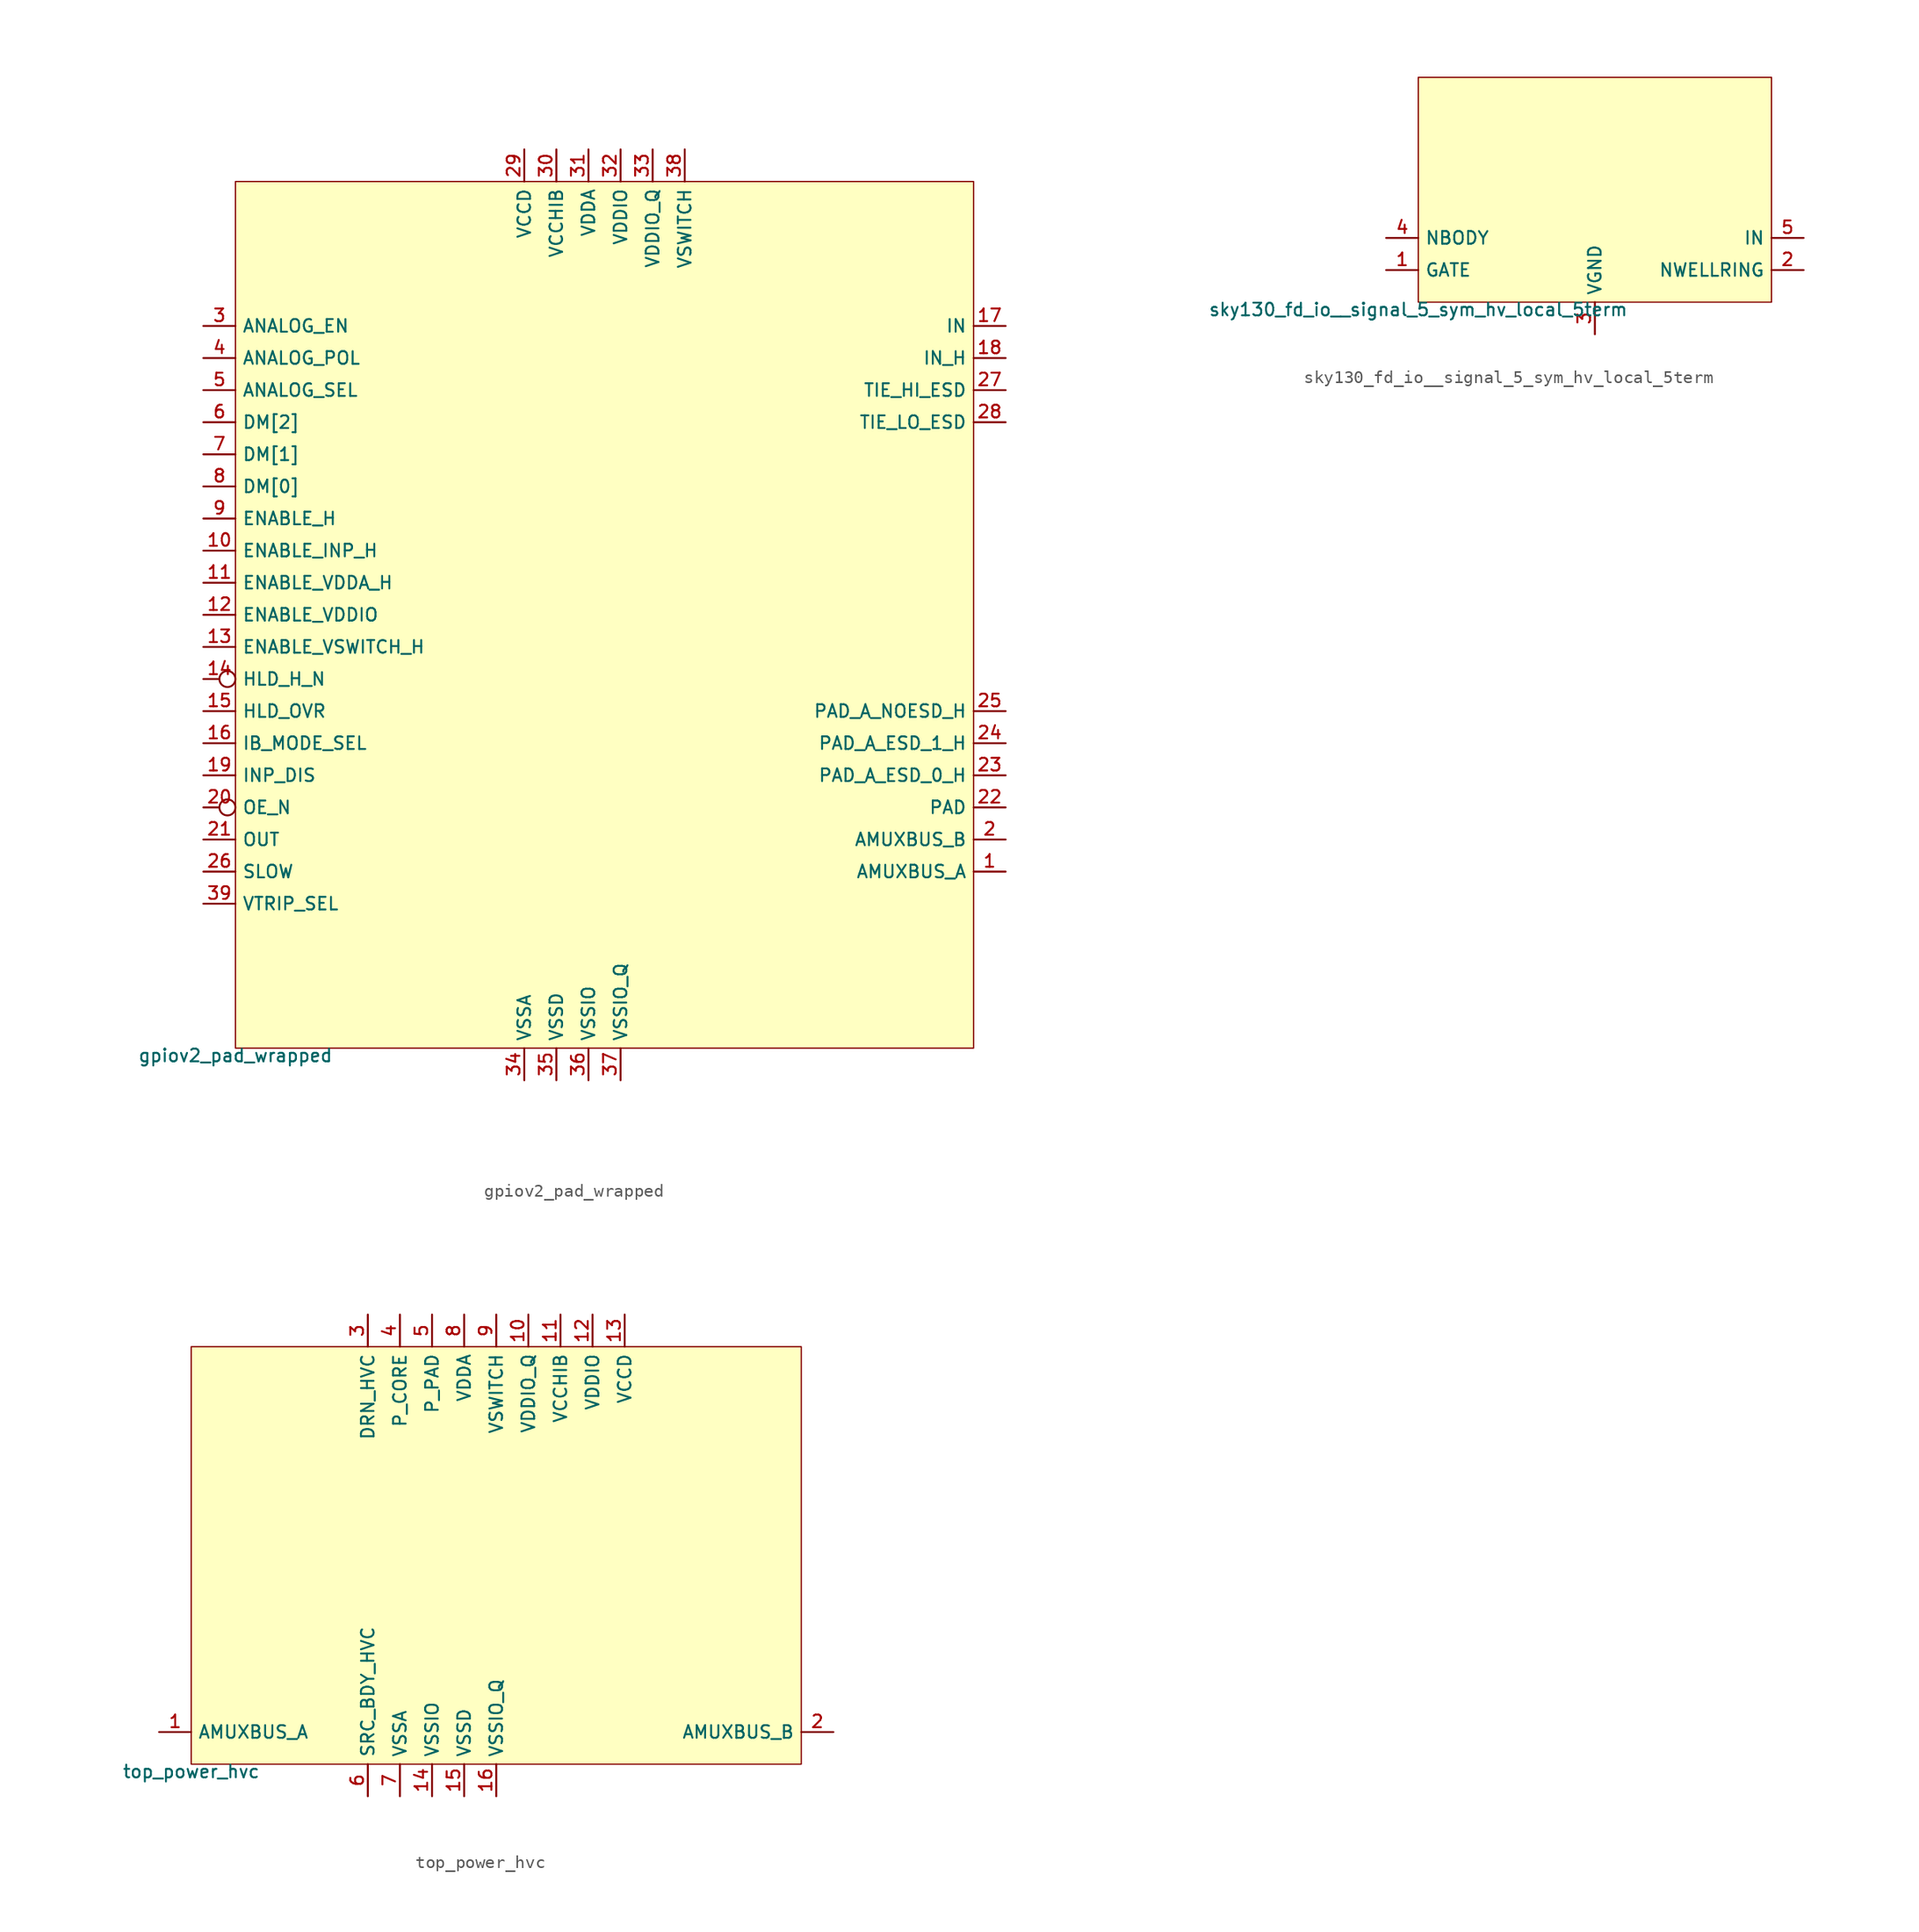
<source format=kicad_sym>
(kicad_symbol_lib
  (version 20211014)
  (generator pdk2kicad)
  (symbol "gpiov2_pad_wrapped"
    (property "Reference" "X"
      (at 0 0 0)
      (effects (font (size 1 1)) hide))
    (property "Value" "gpiov2_pad_wrapped"
      (at -29.21 -34.29 0)
      (effects (font (size 1 1)) (justify top)))
    (rectangle
      (start -29.21 -34.29)
      (end 29.21 34.29)
      (stroke (width 0.1) (type solid) (color 0 0 0 0))
      (fill (type background)))
    (pin bidirectional line
      (at 31.75 -20.32 180)
      (length 2.54)
      (name "AMUXBUS_A" (effects (font (size 1 1)) hide))
      (number "1" (effects (font (size 1 1)) hide)))
    (pin bidirectional line
      (at 31.75 -17.78 180)
      (length 2.54)
      (name "AMUXBUS_B" (effects (font (size 1 1)) hide))
      (number "2" (effects (font (size 1 1)) hide)))
    (pin input line
      (at -31.75 22.86 0)
      (length 2.54)
      (name "ANALOG_EN" (effects (font (size 1 1)) hide))
      (number "3" (effects (font (size 1 1)) hide)))
    (pin input line
      (at -31.75 20.32 0)
      (length 2.54)
      (name "ANALOG_POL" (effects (font (size 1 1)) hide))
      (number "4" (effects (font (size 1 1)) hide)))
    (pin input line
      (at -31.75 17.78 0)
      (length 2.54)
      (name "ANALOG_SEL" (effects (font (size 1 1)) hide))
      (number "5" (effects (font (size 1 1)) hide)))
    (pin input line
      (at -31.75 15.24 0)
      (length 2.54)
      (name "DM[2]" (effects (font (size 1 1)) hide))
      (number "6" (effects (font (size 1 1)) hide)))
    (pin input line
      (at -31.75 12.7 0)
      (length 2.54)
      (name "DM[1]" (effects (font (size 1 1)) hide))
      (number "7" (effects (font (size 1 1)) hide)))
    (pin input line
      (at -31.75 10.16 0)
      (length 2.54)
      (name "DM[0]" (effects (font (size 1 1)) hide))
      (number "8" (effects (font (size 1 1)) hide)))
    (pin input line
      (at -31.75 7.62 0)
      (length 2.54)
      (name "ENABLE_H" (effects (font (size 1 1)) hide))
      (number "9" (effects (font (size 1 1)) hide)))
    (pin input line
      (at -31.75 5.08 0)
      (length 2.54)
      (name "ENABLE_INP_H" (effects (font (size 1 1)) hide))
      (number "10" (effects (font (size 1 1)) hide)))
    (pin input line
      (at -31.75 2.54 0)
      (length 2.54)
      (name "ENABLE_VDDA_H" (effects (font (size 1 1)) hide))
      (number "11" (effects (font (size 1 1)) hide)))
    (pin input line
      (at -31.75 0.0 0)
      (length 2.54)
      (name "ENABLE_VDDIO" (effects (font (size 1 1)) hide))
      (number "12" (effects (font (size 1 1)) hide)))
    (pin input line
      (at -31.75 -2.54 0)
      (length 2.54)
      (name "ENABLE_VSWITCH_H" (effects (font (size 1 1)) hide))
      (number "13" (effects (font (size 1 1)) hide)))
    (pin input inverted
      (at -31.75 -5.08 0)
      (length 2.54)
      (name "HLD_H_N" (effects (font (size 1 1)) hide))
      (number "14" (effects (font (size 1 1)) hide)))
    (pin input line
      (at -31.75 -7.62 0)
      (length 2.54)
      (name "HLD_OVR" (effects (font (size 1 1)) hide))
      (number "15" (effects (font (size 1 1)) hide)))
    (pin input line
      (at -31.75 -10.16 0)
      (length 2.54)
      (name "IB_MODE_SEL" (effects (font (size 1 1)) hide))
      (number "16" (effects (font (size 1 1)) hide)))
    (pin output line
      (at 31.75 22.86 180)
      (length 2.54)
      (name "IN" (effects (font (size 1 1)) hide))
      (number "17" (effects (font (size 1 1)) hide)))
    (pin output line
      (at 31.75 20.32 180)
      (length 2.54)
      (name "IN_H" (effects (font (size 1 1)) hide))
      (number "18" (effects (font (size 1 1)) hide)))
    (pin input line
      (at -31.75 -12.7 0)
      (length 2.54)
      (name "INP_DIS" (effects (font (size 1 1)) hide))
      (number "19" (effects (font (size 1 1)) hide)))
    (pin input inverted
      (at -31.75 -15.24 0)
      (length 2.54)
      (name "OE_N" (effects (font (size 1 1)) hide))
      (number "20" (effects (font (size 1 1)) hide)))
    (pin input line
      (at -31.75 -17.78 0)
      (length 2.54)
      (name "OUT" (effects (font (size 1 1)) hide))
      (number "21" (effects (font (size 1 1)) hide)))
    (pin bidirectional line
      (at 31.75 -15.24 180)
      (length 2.54)
      (name "PAD" (effects (font (size 1 1)) hide))
      (number "22" (effects (font (size 1 1)) hide)))
    (pin bidirectional line
      (at 31.75 -12.7 180)
      (length 2.54)
      (name "PAD_A_ESD_0_H" (effects (font (size 1 1)) hide))
      (number "23" (effects (font (size 1 1)) hide)))
    (pin bidirectional line
      (at 31.75 -10.16 180)
      (length 2.54)
      (name "PAD_A_ESD_1_H" (effects (font (size 1 1)) hide))
      (number "24" (effects (font (size 1 1)) hide)))
    (pin bidirectional line
      (at 31.75 -7.62 180)
      (length 2.54)
      (name "PAD_A_NOESD_H" (effects (font (size 1 1)) hide))
      (number "25" (effects (font (size 1 1)) hide)))
    (pin input line
      (at -31.75 -20.32 0)
      (length 2.54)
      (name "SLOW" (effects (font (size 1 1)) hide))
      (number "26" (effects (font (size 1 1)) hide)))
    (pin output line
      (at 31.75 17.78 180)
      (length 2.54)
      (name "TIE_HI_ESD" (effects (font (size 1 1)) hide))
      (number "27" (effects (font (size 1 1)) hide)))
    (pin output line
      (at 31.75 15.24 180)
      (length 2.54)
      (name "TIE_LO_ESD" (effects (font (size 1 1)) hide))
      (number "28" (effects (font (size 1 1)) hide)))
    (pin power_in line
      (at -6.35 36.83 270)
      (length 2.54)
      (name "VCCD" (effects (font (size 1 1)) hide))
      (number "29" (effects (font (size 1 1)) hide)))
    (pin power_in line
      (at -3.81 36.83 270)
      (length 2.54)
      (name "VCCHIB" (effects (font (size 1 1)) hide))
      (number "30" (effects (font (size 1 1)) hide)))
    (pin power_in line
      (at -1.27 36.83 270)
      (length 2.54)
      (name "VDDA" (effects (font (size 1 1)) hide))
      (number "31" (effects (font (size 1 1)) hide)))
    (pin power_in line
      (at 1.27 36.83 270)
      (length 2.54)
      (name "VDDIO" (effects (font (size 1 1)) hide))
      (number "32" (effects (font (size 1 1)) hide)))
    (pin power_in line
      (at 3.81 36.83 270)
      (length 2.54)
      (name "VDDIO_Q" (effects (font (size 1 1)) hide))
      (number "33" (effects (font (size 1 1)) hide)))
    (pin power_in line
      (at -6.35 -36.83 90)
      (length 2.54)
      (name "VSSA" (effects (font (size 1 1)) hide))
      (number "34" (effects (font (size 1 1)) hide)))
    (pin power_in line
      (at -3.81 -36.83 90)
      (length 2.54)
      (name "VSSD" (effects (font (size 1 1)) hide))
      (number "35" (effects (font (size 1 1)) hide)))
    (pin power_in line
      (at -1.27 -36.83 90)
      (length 2.54)
      (name "VSSIO" (effects (font (size 1 1)) hide))
      (number "36" (effects (font (size 1 1)) hide)))
    (pin power_in line
      (at 1.27 -36.83 90)
      (length 2.54)
      (name "VSSIO_Q" (effects (font (size 1 1)) hide))
      (number "37" (effects (font (size 1 1)) hide)))
    (pin power_in line
      (at 6.35 36.83 270)
      (length 2.54)
      (name "VSWITCH" (effects (font (size 1 1)) hide))
      (number "38" (effects (font (size 1 1)) hide)))
    (pin input line
      (at -31.75 -22.86 0)
      (length 2.54)
      (name "VTRIP_SEL" (effects (font (size 1 1)) hide))
      (number "39" (effects (font (size 1 1)) hide))))
  (symbol "sky130_fd_io__signal_5_sym_hv_local_5term"
    (property "Reference" "X"
      (at 0 0 0)
      (effects (font (size 1 1)) hide))
    (property "Value" "sky130_fd_io__signal_5_sym_hv_local_5term"
      (at -13.97 -8.89 0)
      (effects (font (size 1 1)) (justify top)))
    (rectangle
      (start -13.97 -8.89)
      (end 13.97 8.89)
      (stroke (width 0.1) (type solid) (color 0 0 0 0))
      (fill (type background)))
    (pin bidirectional line
      (at -16.51 -6.35 0)
      (length 2.54)
      (name "GATE" (effects (font (size 1 1)) hide))
      (number "1" (effects (font (size 1 1)) hide)))
    (pin bidirectional line
      (at 16.51 -6.35 180)
      (length 2.54)
      (name "NWELLRING" (effects (font (size 1 1)) hide))
      (number "2" (effects (font (size 1 1)) hide)))
    (pin power_in line
      (at 0.0 -11.43 90)
      (length 2.54)
      (name "VGND" (effects (font (size 1 1)) hide))
      (number "3" (effects (font (size 1 1)) hide)))
    (pin bidirectional line
      (at -16.51 -3.81 0)
      (length 2.54)
      (name "NBODY" (effects (font (size 1 1)) hide))
      (number "4" (effects (font (size 1 1)) hide)))
    (pin bidirectional line
      (at 16.51 -3.81 180)
      (length 2.54)
      (name "IN" (effects (font (size 1 1)) hide))
      (number "5" (effects (font (size 1 1)) hide))))
  (symbol "top_power_hvc"
    (property "Reference" "X"
      (at 0 0 0)
      (effects (font (size 1 1)) hide))
    (property "Value" "top_power_hvc"
      (at -24.13 -16.51 0)
      (effects (font (size 1 1)) (justify top)))
    (rectangle
      (start -24.13 -16.51)
      (end 24.13 16.51)
      (stroke (width 0.1) (type solid) (color 0 0 0 0))
      (fill (type background)))
    (pin bidirectional line
      (at -26.67 -13.97 0)
      (length 2.54)
      (name "AMUXBUS_A" (effects (font (size 1 1)) hide))
      (number "1" (effects (font (size 1 1)) hide)))
    (pin bidirectional line
      (at 26.67 -13.97 180)
      (length 2.54)
      (name "AMUXBUS_B" (effects (font (size 1 1)) hide))
      (number "2" (effects (font (size 1 1)) hide)))
    (pin power_in line
      (at -10.16 19.05 270)
      (length 2.54)
      (name "DRN_HVC" (effects (font (size 1 1)) hide))
      (number "3" (effects (font (size 1 1)) hide)))
    (pin power_in line
      (at -7.62 19.05 270)
      (length 2.54)
      (name "P_CORE" (effects (font (size 1 1)) hide))
      (number "4" (effects (font (size 1 1)) hide)))
    (pin power_in line
      (at -5.08 19.05 270)
      (length 2.54)
      (name "P_PAD" (effects (font (size 1 1)) hide))
      (number "5" (effects (font (size 1 1)) hide)))
    (pin power_in line
      (at -10.16 -19.05 90)
      (length 2.54)
      (name "SRC_BDY_HVC" (effects (font (size 1 1)) hide))
      (number "6" (effects (font (size 1 1)) hide)))
    (pin power_in line
      (at -7.62 -19.05 90)
      (length 2.54)
      (name "VSSA" (effects (font (size 1 1)) hide))
      (number "7" (effects (font (size 1 1)) hide)))
    (pin power_in line
      (at -2.54 19.05 270)
      (length 2.54)
      (name "VDDA" (effects (font (size 1 1)) hide))
      (number "8" (effects (font (size 1 1)) hide)))
    (pin power_in line
      (at 0.0 19.05 270)
      (length 2.54)
      (name "VSWITCH" (effects (font (size 1 1)) hide))
      (number "9" (effects (font (size 1 1)) hide)))
    (pin power_in line
      (at 2.54 19.05 270)
      (length 2.54)
      (name "VDDIO_Q" (effects (font (size 1 1)) hide))
      (number "10" (effects (font (size 1 1)) hide)))
    (pin power_in line
      (at 5.08 19.05 270)
      (length 2.54)
      (name "VCCHIB" (effects (font (size 1 1)) hide))
      (number "11" (effects (font (size 1 1)) hide)))
    (pin power_in line
      (at 7.62 19.05 270)
      (length 2.54)
      (name "VDDIO" (effects (font (size 1 1)) hide))
      (number "12" (effects (font (size 1 1)) hide)))
    (pin power_in line
      (at 10.16 19.05 270)
      (length 2.54)
      (name "VCCD" (effects (font (size 1 1)) hide))
      (number "13" (effects (font (size 1 1)) hide)))
    (pin power_in line
      (at -5.08 -19.05 90)
      (length 2.54)
      (name "VSSIO" (effects (font (size 1 1)) hide))
      (number "14" (effects (font (size 1 1)) hide)))
    (pin power_in line
      (at -2.54 -19.05 90)
      (length 2.54)
      (name "VSSD" (effects (font (size 1 1)) hide))
      (number "15" (effects (font (size 1 1)) hide)))
    (pin power_in line
      (at 0.0 -19.05 90)
      (length 2.54)
      (name "VSSIO_Q" (effects (font (size 1 1)) hide))
      (number "16" (effects (font (size 1 1)) hide)))))
</source>
